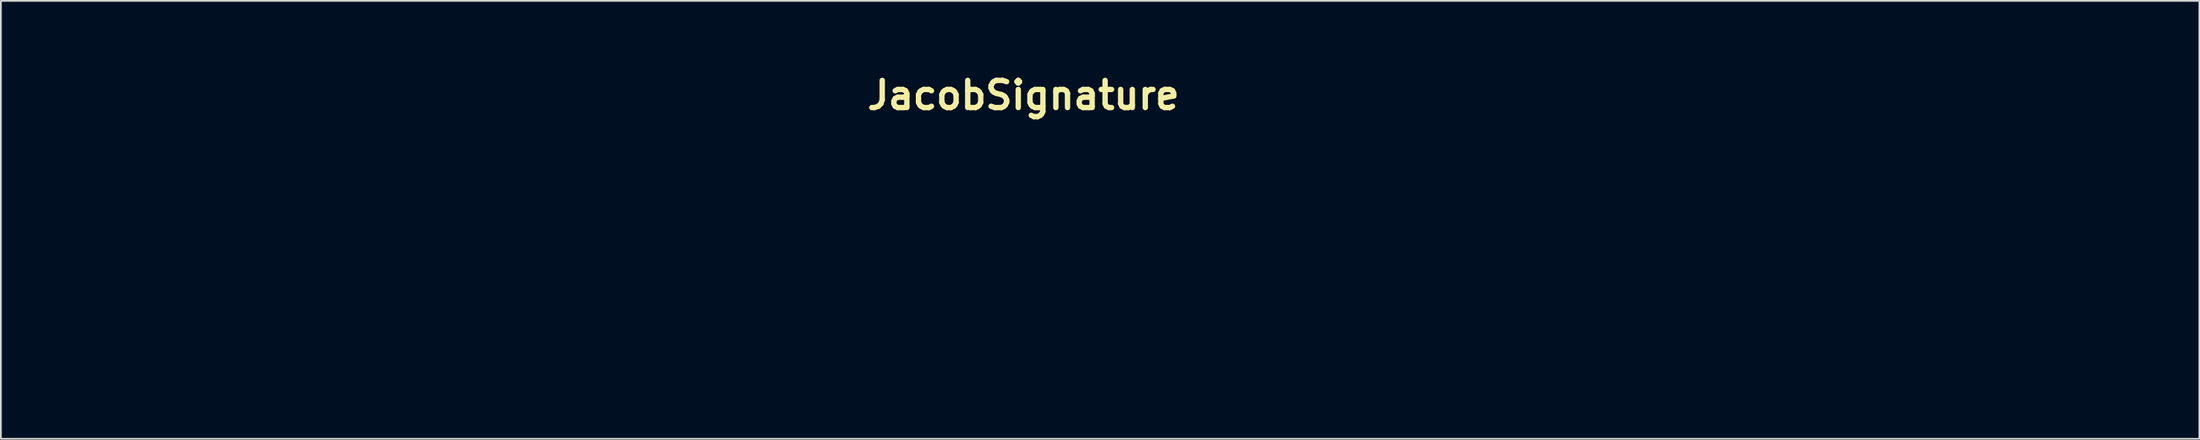
<source format=kicad_pcb>
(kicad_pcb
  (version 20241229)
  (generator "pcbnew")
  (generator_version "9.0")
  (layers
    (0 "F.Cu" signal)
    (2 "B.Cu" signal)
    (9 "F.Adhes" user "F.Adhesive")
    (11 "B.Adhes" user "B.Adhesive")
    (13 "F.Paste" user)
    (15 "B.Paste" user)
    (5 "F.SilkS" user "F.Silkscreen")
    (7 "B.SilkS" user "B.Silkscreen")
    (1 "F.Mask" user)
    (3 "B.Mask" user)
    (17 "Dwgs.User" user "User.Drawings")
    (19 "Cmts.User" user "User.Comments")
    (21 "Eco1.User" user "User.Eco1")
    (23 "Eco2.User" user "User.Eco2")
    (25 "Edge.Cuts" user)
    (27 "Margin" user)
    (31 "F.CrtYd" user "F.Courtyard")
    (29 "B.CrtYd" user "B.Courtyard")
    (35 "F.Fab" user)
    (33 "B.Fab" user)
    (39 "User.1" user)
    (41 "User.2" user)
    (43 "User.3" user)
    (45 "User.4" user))
  (footprint "JacobSignature"
    (layer "F.Cu")
    (at 54.271 2.291)
    (property "Reference" "JacobSignature" (at 0 0 0) (layer "F.SilkS") (effects (font (size 1.524 1.524) (thickness 0.3))))
    (attr through_hole)
    (fp_poly (pts (xy -49.276 14.351) (xy -49.53 14.478) (xy -49.784 14.351) (xy -49.53 14.224) (xy -49.276 14.351)) (stroke (width 0.01) (type solid)) (fill no) (layer "Eco2.User"))
    (fp_poly (pts (xy -31.496 -1.651) (xy -31.75 -1.524) (xy -32.004 -1.651) (xy -31.75 -1.778) (xy -31.496 -1.651)) (stroke (width 0.01) (type solid)) (fill no) (layer "Eco2.User"))
    (fp_poly (pts (xy -23.368 8.255) (xy -23.622 8.382) (xy -23.876 8.255) (xy -23.622 8.128) (xy -23.368 8.255)) (stroke (width 0.01) (type solid)) (fill no) (layer "Eco2.User"))
    (fp_poly (pts (xy 3.556 5.969) (xy 3.302 6.096) (xy 3.048 5.969) (xy 3.302 5.842) (xy 3.556 5.969)) (stroke (width 0.01) (type solid)) (fill no) (layer "Eco2.User"))
    (fp_poly (pts (xy 4.572 5.461) (xy 4.318 5.588) (xy 4.064 5.461) (xy 4.318 5.334) (xy 4.572 5.461)) (stroke (width 0.01) (type solid)) (fill no) (layer "Eco2.User"))
    (fp_poly (pts (xy 10.16 8.509) (xy 9.906 8.636) (xy 9.652 8.509) (xy 9.906 8.382) (xy 10.16 8.509)) (stroke (width 0.01) (type solid)) (fill no) (layer "Eco2.User"))
    (fp_poly (pts (xy 25.908 8.763) (xy 25.654 8.89) (xy 25.4 8.763) (xy 25.654 8.636) (xy 25.908 8.763)) (stroke (width 0.01) (type solid)) (fill no) (layer "Eco2.User"))
    (fp_poly (pts (xy 28.956 8.001) (xy 28.702 8.128) (xy 28.448 8.001) (xy 28.702 7.874) (xy 28.956 8.001)) (stroke (width 0.01) (type solid)) (fill no) (layer "Eco2.User"))
    (fp_poly (pts (xy 33.02 -2.159) (xy 32.766 -2.032) (xy 32.512 -2.159) (xy 32.766 -2.286) (xy 33.02 -2.159)) (stroke (width 0.01) (type solid)) (fill no) (layer "Eco2.User"))
    (fp_poly (pts (xy -53.509 16.087) (xy -53.579 16.238) (xy -53.848 16.256) (xy -54.266 16.163) (xy -54.187 16.087) (xy -53.584 16.056) (xy -53.509 16.087)) (stroke (width 0.01) (type solid)) (fill no) (layer "Eco2.User"))
    (fp_poly (pts (xy -30.141 -1.947) (xy -30.211 -1.796) (xy -30.48 -1.778) (xy -30.898 -1.871) (xy -30.819 -1.947) (xy -30.216 -1.978) (xy -30.141 -1.947)) (stroke (width 0.01) (type solid)) (fill no) (layer "Eco2.User"))
    (fp_poly (pts (xy -30.11 8.737) (xy -30.261 8.852) (xy -30.776 8.87) (xy -31.318 8.808) (xy -31.083 8.716) (xy -30.289 8.686) (xy -30.11 8.737)) (stroke (width 0.01) (type solid)) (fill no) (layer "Eco2.User"))
    (fp_poly (pts (xy -26.585 -0.169) (xy -26.525 0.132) (xy -26.585 0.169) (xy -26.887 0.134) (xy -26.924 0) (xy -26.738 -0.209) (xy -26.585 -0.169)) (stroke (width 0.01) (type solid)) (fill no) (layer "Eco2.User"))
    (fp_poly (pts (xy 13.547 5.673) (xy 13.477 5.824) (xy 13.208 5.842) (xy 12.79 5.749) (xy 12.869 5.673) (xy 13.472 5.642) (xy 13.547 5.673)) (stroke (width 0.01) (type solid)) (fill no) (layer "Eco2.User"))
    (fp_poly (pts (xy 29.295 -1.693) (xy 29.225 -1.542) (xy 28.956 -1.524) (xy 28.538 -1.617) (xy 28.617 -1.693) (xy 29.22 -1.724) (xy 29.295 -1.693)) (stroke (width 0.01) (type solid)) (fill no) (layer "Eco2.User"))
    (fp_poly (pts (xy 30.819 -1.947) (xy 30.749 -1.796) (xy 30.48 -1.778) (xy 30.062 -1.871) (xy 30.141 -1.947) (xy 30.744 -1.978) (xy 30.819 -1.947)) (stroke (width 0.01) (type solid)) (fill no) (layer "Eco2.User"))
    (fp_poly (pts (xy 45.582 6.959) (xy 45.431 7.074) (xy 44.916 7.092) (xy 44.374 7.03) (xy 44.609 6.938) (xy 45.403 6.908) (xy 45.582 6.959)) (stroke (width 0.01) (type solid)) (fill no) (layer "Eco2.User"))
    (fp_poly (pts (xy 62.854 6.959) (xy 62.703 7.074) (xy 62.188 7.092) (xy 61.646 7.03) (xy 61.881 6.938) (xy 62.675 6.908) (xy 62.854 6.959)) (stroke (width 0.01) (type solid)) (fill no) (layer "Eco2.User"))
    (fp_poly (pts (xy -33.786 6.353) (xy -34.329 6.563) (xy -34.911 6.599) (xy -35.052 6.504) (xy -34.654 6.341) (xy -34.264 6.253) (xy -33.739 6.235) (xy -33.786 6.353)) (stroke (width 0.01) (type solid)) (fill no) (layer "Eco2.User"))
    (fp_poly (pts (xy 24.634 9.147) (xy 24.091 9.357) (xy 23.509 9.393) (xy 23.368 9.298) (xy 23.766 9.135) (xy 24.156 9.047) (xy 24.681 9.029) (xy 24.634 9.147)) (stroke (width 0.01) (type solid)) (fill no) (layer "Eco2.User"))
    (fp_poly (pts (xy 27.682 8.385) (xy 27.139 8.595) (xy 26.557 8.631) (xy 26.416 8.536) (xy 26.814 8.373) (xy 27.204 8.285) (xy 27.729 8.267) (xy 27.682 8.385)) (stroke (width 0.01) (type solid)) (fill no) (layer "Eco2.User"))
    (fp_poly (pts (xy 46.659 6.811) (xy 46.878 7.102) (xy 46.988 7.547) (xy 46.747 7.561) (xy 46.403 7.228) (xy 46.27 6.82) (xy 46.355 6.71) (xy 46.659 6.811)) (stroke (width 0.01) (type solid)) (fill no) (layer "Eco2.User"))
    (fp_poly (pts (xy -47.911 13.626) (xy -48.006 13.716) (xy -48.485 13.959) (xy -48.574 13.97) (xy -48.609 13.806) (xy -48.514 13.716) (xy -48.035 13.473) (xy -47.946 13.462) (xy -47.911 13.626)) (stroke (width 0.01) (type solid)) (fill no) (layer "Eco2.User"))
    (fp_poly (pts (xy -32.83 -1.51) (xy -33.042 -1.305) (xy -33.85 -0.955) (xy -33.959 -0.916) (xy -35.306 -0.435) (xy -34.177 -1.029) (xy -33.347 -1.404) (xy -32.848 -1.516) (xy -32.83 -1.51)) (stroke (width 0.01) (type solid)) (fill no) (layer "Eco2.User"))
    (fp_poly (pts (xy -25.243 8.83) (xy -25.213 8.944) (xy -25.863 9.143) (xy -25.908 9.144) (xy -26.577 8.964) (xy -26.603 8.944) (xy -26.403 8.781) (xy -25.908 8.745) (xy -25.243 8.83)) (stroke (width 0.01) (type solid)) (fill no) (layer "Eco2.User"))
    (fp_poly (pts (xy -25.051 8.038) (xy -25.146 8.128) (xy -25.625 8.371) (xy -25.714 8.382) (xy -25.749 8.218) (xy -25.654 8.128) (xy -25.175 7.885) (xy -25.086 7.874) (xy -25.051 8.038)) (stroke (width 0.01) (type solid)) (fill no) (layer "Eco2.User"))
    (fp_poly (pts (xy -14.732 6.731) (xy -14.247 6.959) (xy -14.224 7) (xy -14.617 7.109) (xy -14.732 7.112) (xy -15.22 6.917) (xy -15.24 6.843) (xy -14.929 6.691) (xy -14.732 6.731)) (stroke (width 0.01) (type solid)) (fill no) (layer "Eco2.User"))
    (fp_poly (pts (xy -11.386 6.233) (xy -11.908 6.485) (xy -12.882 6.773) (xy -13.432 6.85) (xy -13.506 6.721) (xy -12.984 6.469) (xy -12.01 6.181) (xy -11.46 6.104) (xy -11.386 6.233)) (stroke (width 0.01) (type solid)) (fill no) (layer "Eco2.User"))
    (fp_poly (pts (xy 2.889 6.483) (xy 2.605 6.668) (xy 1.863 7.062) (xy 1.532 7.061) (xy 1.524 7.016) (xy 1.871 6.804) (xy 2.413 6.572) (xy 3.015 6.352) (xy 2.889 6.483)) (stroke (width 0.01) (type solid)) (fill no) (layer "Eco2.User"))
    (fp_poly (pts (xy 34.385 0.164) (xy 34.29 0.254) (xy 33.811 0.497) (xy 33.722 0.508) (xy 33.687 0.344) (xy 33.782 0.254) (xy 34.261 0.011) (xy 34.35 0) (xy 34.385 0.164)) (stroke (width 0.01) (type solid)) (fill no) (layer "Eco2.User"))
    (fp_poly (pts (xy 39.333 -1.088) (xy 38.525 -0.828) (xy 37.54 -0.588) (xy 36.165 -0.295) (xy 35.262 -0.131) (xy 35.052 -0.118) (xy 35.465 -0.327) (xy 36.466 -0.631) (xy 37.697 -0.941) (xy 38.801 -1.165) (xy 39.387 -1.218) (xy 39.333 -1.088)) (stroke (width 0.01) (type solid)) (fill no) (layer "Eco2.User"))
    (fp_poly (pts (xy -50.501 14.891) (xy -51.154 15.284) (xy -51.308 15.367) (xy -52.177 15.794) (xy -52.724 15.999) (xy -52.755 16.002) (xy -52.623 15.843) (xy -51.97 15.45) (xy -51.816 15.367) (xy -50.947 14.94) (xy -50.4 14.735) (xy -50.369 14.732) (xy -50.501 14.891)) (stroke (width 0.01) (type solid)) (fill no) (layer "Eco2.User"))
    (fp_poly (pts (xy -27.856 -2.107) (xy -26.794 -1.709) (xy -26.043 -1.243) (xy -25.908 -1.016) (xy -26.061 -0.768) (xy -26.41 -0.943) (xy -26.659 -1.253) (xy -27.34 -1.698) (xy -28.344 -1.995) (xy -29.114 -2.178) (xy -28.92 -2.263) (xy -28.829 -2.266) (xy -27.856 -2.107)) (stroke (width 0.01) (type solid)) (fill no) (layer "Eco2.User"))
    (fp_poly (pts (xy 21.015 6.577) (xy 21.109 6.626) (xy 21.115 7.007) (xy 20.871 7.3) (xy 20.464 7.604) (xy 20.345 7.451) (xy 20.335 7.273) (xy 20.065 6.926) (xy 19.303 6.932) (xy 18.599 6.96) (xy 18.533 6.865) (xy 19.229 6.621) (xy 20.235 6.508) (xy 21.015 6.577)) (stroke (width 0.01) (type solid)) (fill no) (layer "Eco2.User"))
    (fp_poly (pts (xy 59.708 7.155) (xy 59.902 7.209) (xy 59.339 7.259) (xy 57.976 7.322) (xy 56.029 7.388) (xy 54.102 7.44) (xy 51.883 7.487) (xy 50.654 7.497) (xy 50.391 7.47) (xy 51.07 7.405) (xy 51.562 7.371) (xy 53.379 7.27) (xy 55.34 7.193) (xy 57.207 7.146) (xy 58.742 7.131) (xy 59.708 7.155)) (stroke (width 0.01) (type solid)) (fill no) (layer "Eco2.User"))
    (fp_poly (pts (xy -21.056 6.784) (xy -21.249 7.048) (xy -21.746 7.597) (xy -21.913 7.826) (xy -22.282 8.032) (xy -22.455 7.992) (xy -22.589 7.642) (xy -22.476 7.405) (xy -22.382 7.125) (xy -22.911 7.237) (xy -22.916 7.239) (xy -23.164 7.288) (xy -22.706 7.051) (xy -22.701 7.048) (xy -21.8 6.711) (xy -21.262 6.604) (xy -21.056 6.784)) (stroke (width 0.01) (type solid)) (fill no) (layer "Eco2.User"))
    (fp_poly (pts (xy 11.436 6.714) (xy 10.783 7.186) (xy 10.477 7.375) (xy 9.628 7.963) (xy 9.17 8.443) (xy 9.144 8.528) (xy 8.857 8.854) (xy 8.636 8.89) (xy 8.142 8.731) (xy 8.128 8.682) (xy 8.402 8.375) (xy 9.083 7.867) (xy 9.956 7.294) (xy 10.809 6.791) (xy 11.427 6.496) (xy 11.591 6.473) (xy 11.436 6.714)) (stroke (width 0.01) (type solid)) (fill no) (layer "Eco2.User"))
    (fp_poly (pts (xy 1.238 7.546) (xy 0.692 7.995) (xy 0.471 8.154) (xy -0.214 8.729) (xy -0.21 9.054) (xy -0.029 9.135) (xy 0.25 9.337) (xy -0.253 9.49) (xy -1.186 9.638) (xy -1.502 9.562) (xy -1.524 9.457) (xy -1.263 9.142) (xy -0.626 8.613) (xy 0.165 8.032) (xy 0.887 7.562) (xy 1.321 7.366) (xy 1.323 7.366) (xy 1.238 7.546)) (stroke (width 0.01) (type solid)) (fill no) (layer "Eco2.User"))
    (fp_poly (pts (xy -35.925 -0.094) (xy -36.598 0.324) (xy -37.543 0.826) (xy -38.807 1.583) (xy -40.209 2.609) (xy -41.48 3.702) (xy -41.686 3.903) (xy -42.566 4.749) (xy -43.249 5.346) (xy -43.636 5.609) (xy -43.688 5.591) (xy -43.409 5.046) (xy -42.66 4.248) (xy -41.576 3.297) (xy -40.292 2.292) (xy -38.942 1.335) (xy -37.661 0.525) (xy -36.583 -0.038) (xy -35.842 -0.254) (xy -35.831 -0.254) (xy -35.925 -0.094)) (stroke (width 0.01) (type solid)) (fill no) (layer "Eco2.User"))
    (fp_poly (pts (xy -25.792 6.102) (xy -25.765 6.611) (xy -25.776 6.633) (xy -25.854 7.009) (xy -25.336 7.054) (xy -24.839 6.989) (xy -24.563 7.01) (xy -25.049 7.245) (xy -26.053 7.595) (xy -27.436 8.023) (xy -28.471 8.306) (xy -28.847 8.375) (xy -28.726 8.258) (xy -27.953 7.979) (xy -27.813 7.935) (xy -26.695 7.394) (xy -26.416 6.784) (xy -26.562 6.285) (xy -27.028 6.239) (xy -27.051 6.245) (xy -27.426 6.316) (xy -27.095 6.105) (xy -26.319 5.899) (xy -25.792 6.102)) (stroke (width 0.01) (type solid)) (fill no) (layer "Eco2.User"))
    (fp_poly (pts (xy 35.779 0.705) (xy 35.011 1.337) (xy 33.91 2.156) (xy 32.623 3.056) (xy 31.296 3.93) (xy 30.398 4.485) (xy 27.934 5.934) (xy 25.799 7.16) (xy 24.059 8.125) (xy 22.779 8.796) (xy 22.025 9.136) (xy 21.844 9.15) (xy 22.167 8.872) (xy 23.049 8.302) (xy 24.359 7.52) (xy 25.965 6.608) (xy 26.115 6.525) (xy 28.128 5.374) (xy 30.22 4.117) (xy 32.11 2.927) (xy 33.227 2.18) (xy 34.436 1.354) (xy 35.389 0.732) (xy 35.96 0.396) (xy 36.068 0.367) (xy 35.779 0.705)) (stroke (width 0.01) (type solid)) (fill no) (layer "Eco2.User"))
    (fp_poly (pts (xy 40.08 6.04) (xy 39.927 6.437) (xy 39.697 6.64) (xy 39.252 7.129) (xy 39.564 7.285) (xy 40.64 7.111) (xy 41.116 6.993) (xy 42.572 6.733) (xy 43.455 6.835) (xy 43.688 7.178) (xy 43.505 7.333) (xy 43.133 7.19) (xy 42.376 7.057) (xy 41.228 7.265) (xy 39.687 7.576) (xy 38.807 7.539) (xy 38.608 7.29) (xy 38.93 6.831) (xy 39.243 6.621) (xy 39.502 6.41) (xy 39.043 6.365) (xy 38.1 6.426) (xy 36.322 6.568) (xy 38.032 6.192) (xy 39.444 5.957) (xy 40.08 6.04)) (stroke (width 0.01) (type solid)) (fill no) (layer "Eco2.User"))
    (fp_poly (pts (xy 11.559 -0.301) (xy 11.644 -0.064) (xy 11.508 0.171) (xy 11.357 0.078) (xy 10.756 -0.113) (xy 10.36 -0.081) (xy 9.752 0.163) (xy 8.71 0.702) (xy 7.397 1.437) (xy 5.979 2.27) (xy 4.621 3.102) (xy 3.488 3.835) (xy 2.744 4.37) (xy 2.54 4.589) (xy 2.149 4.817) (xy 2.008 4.826) (xy 1.979 4.64) (xy 2.445 4.157) (xy 3.124 3.619) (xy 4.365 2.785) (xy 5.856 1.89) (xy 7.426 1.026) (xy 8.907 0.279) (xy 10.129 -0.26) (xy 10.921 -0.503) (xy 10.999 -0.508) (xy 11.559 -0.301)) (stroke (width 0.01) (type solid)) (fill no) (layer "Eco2.User"))
    (fp_poly (pts (xy 17.539 6.787) (xy 17.564 7.034) (xy 17.019 7.425) (xy 16.44 7.519) (xy 15.181 7.661) (xy 14.396 7.828) (xy 13.465 7.99) (xy 13.033 7.956) (xy 12.447 7.968) (xy 11.823 8.151) (xy 11.302 8.334) (xy 11.446 8.2) (xy 11.896 7.93) (xy 13.048 7.506) (xy 13.928 7.506) (xy 14.578 7.565) (xy 14.323 7.424) (xy 14.297 7.414) (xy 13.908 7.147) (xy 14.17 7.002) (xy 14.679 6.968) (xy 14.732 7.043) (xy 15.157 7.219) (xy 15.712 7.257) (xy 16.474 7.159) (xy 16.601 7.026) (xy 16.901 6.738) (xy 17.104 6.685) (xy 17.539 6.787)) (stroke (width 0.01) (type solid)) (fill no) (layer "Eco2.User"))
    (fp_poly (pts (xy 27.479 -1.425) (xy 26.68 -1.2) (xy 25.654 -0.966) (xy 22.062 -0.049) (xy 18.098 1.233) (xy 13.934 2.814) (xy 9.74 4.627) (xy 5.686 6.609) (xy 5.092 6.921) (xy 3.625 7.672) (xy 2.383 8.256) (xy 1.548 8.589) (xy 1.338 8.636) (xy 1.504 8.469) (xy 2.294 8.006) (xy 3.602 7.305) (xy 5.32 6.423) (xy 6.883 5.644) (xy 9.208 4.528) (xy 11.585 3.438) (xy 13.797 2.47) (xy 15.626 1.722) (xy 16.328 1.46) (xy 18.275 0.814) (xy 20.469 0.152) (xy 22.696 -0.469) (xy 24.742 -0.991) (xy 26.393 -1.359) (xy 27.434 -1.514) (xy 27.518 -1.516) (xy 27.479 -1.425)) (stroke (width 0.01) (type solid)) (fill no) (layer "Eco2.User"))
    (fp_poly (pts (xy -43.862 6.599) (xy -44.001 7.275) (xy -44.071 8.043) (xy -43.95 8.584) (xy -43.792 8.731) (xy -43.134 8.682) (xy -42 8.388) (xy -41.29 8.15) (xy -39.607 7.581) (xy -37.937 7.083) (xy -36.555 6.732) (xy -35.747 6.604) (xy -35.958 6.723) (xy -36.857 7.038) (xy -38.258 7.484) (xy -38.495 7.556) (xy -40.268 8.114) (xy -41.761 8.632) (xy -43.239 9.213) (xy -44.965 9.961) (xy -46.736 10.764) (xy -49.022 11.811) (xy -46.579 10.517) (xy -45.242 9.762) (xy -44.552 9.226) (xy -44.382 8.797) (xy -44.441 8.612) (xy -44.516 7.969) (xy -44.313 7.155) (xy -44.235 6.985) (xy -43.945 6.422) (xy -43.828 6.284) (xy -43.862 6.599)) (stroke (width 0.01) (type solid)) (fill no) (layer "Eco2.User"))
    (fp_poly (pts (xy -7.781 -0.567) (xy -8.426 -0.026) (xy -9.499 0.797) (xy -10.917 1.838) (xy -12.504 2.968) (xy -14.7 4.545) (xy -16.557 5.95) (xy -18.031 7.141) (xy -19.077 8.08) (xy -19.652 8.727) (xy -19.711 9.043) (xy -19.238 8.997) (xy -18.845 8.998) (xy -18.889 9.156) (xy -19.431 9.546) (xy -20.021 9.531) (xy -20.302 9.124) (xy -20.302 9.102) (xy -20.033 8.428) (xy -19.558 7.874) (xy -18.932 7.237) (xy -18.924 6.975) (xy -19.525 7.104) (xy -19.922 7.263) (xy -20.131 7.308) (xy -19.755 7.024) (xy -18.875 6.47) (xy -18.25 6.096) (xy -16.506 5.031) (xy -14.538 3.773) (xy -12.55 2.457) (xy -10.744 1.218) (xy -9.324 0.192) (xy -8.992 -0.064) (xy -8.254 -0.545) (xy -7.673 -0.761) (xy -7.649 -0.762) (xy -7.781 -0.567)) (stroke (width 0.01) (type solid)) (fill no) (layer "Eco2.User"))
    (fp_poly (pts (xy -30.506 6.257) (xy -30.866 6.742) (xy -31.294 7.072) (xy -31.864 7.59) (xy -31.75 7.788) (xy -31.056 7.666) (xy -29.89 7.22) (xy -29.614 7.095) (xy -27.748 6.223) (xy -29.177 7.112) (xy -30.414 7.81) (xy -31.369 8.213) (xy -31.919 8.275) (xy -32.004 8.149) (xy -32.385 8.008) (xy -32.893 8.057) (xy -33.486 8.134) (xy -33.32 7.943) (xy -33.075 7.788) (xy -32.554 7.368) (xy -32.738 7.236) (xy -33.496 7.396) (xy -34.48 7.759) (xy -35.576 8.286) (xy -36.033 8.648) (xy -35.802 8.783) (xy -35.223 8.712) (xy -34.649 8.676) (xy -34.745 8.847) (xy -35.436 9.108) (xy -36.204 9.096) (xy -36.576 8.82) (xy -36.576 8.813) (xy -36.232 8.417) (xy -35.383 7.91) (xy -34.305 7.417) (xy -33.274 7.063) (xy -32.565 6.972) (xy -32.522 6.982) (xy -31.947 6.932) (xy -31.657 6.63) (xy -31.256 6.204) (xy -30.929 6.096) (xy -30.506 6.257)) (stroke (width 0.01) (type solid)) (fill no) (layer "Eco2.User"))
    (fp_poly (pts (xy 43.924 -1.365) (xy 45.206 -0.892) (xy 45.954 -0.422) (xy 46.131 0.019) (xy 45.831 0.678) (xy 45.818 0.699) (xy 44.9 1.67) (xy 43.313 2.783) (xy 41.259 3.916) (xy 38.94 4.949) (xy 38.178 5.238) (xy 36.193 5.96) (xy 34.936 6.43) (xy 34.311 6.695) (xy 34.223 6.799) (xy 34.575 6.788) (xy 35.052 6.735) (xy 35.878 6.647) (xy 35.867 6.706) (xy 34.996 6.964) (xy 34.94 6.98) (xy 33.413 7.303) (xy 32.093 7.459) (xy 30.766 7.584) (xy 29.918 7.728) (xy 29.687 7.744) (xy 30.099 7.547) (xy 30.809 7.144) (xy 30.958 6.943) (xy 33.189 6.943) (xy 33.259 7.094) (xy 33.528 7.112) (xy 33.946 7.019) (xy 33.867 6.943) (xy 33.264 6.912) (xy 33.189 6.943) (xy 30.958 6.943) (xy 30.988 6.901) (xy 31.36 6.735) (xy 31.783 6.772) (xy 32.583 6.706) (xy 33.945 6.379) (xy 35.656 5.863) (xy 37.503 5.226) (xy 39.275 4.539) (xy 40.759 3.871) (xy 40.971 3.762) (xy 43.08 2.511) (xy 44.51 1.352) (xy 45.174 0.357) (xy 45.212 0.107) (xy 45.07 -0.528) (xy 44.492 -0.919) (xy 43.253 -1.17) (xy 42.181 -1.29) (xy 40.386 -1.466) (xy 42.202 -1.495) (xy 43.924 -1.365)) (stroke (width 0.01) (type solid)) (fill no) (layer "Eco2.User")))
  (gr_rect
    (start -3 -3)
    (end 120.131 21.552)
    (stroke (width 0.1) (type default))
    (fill no)
    (layer "Edge.Cuts")))
</source>
